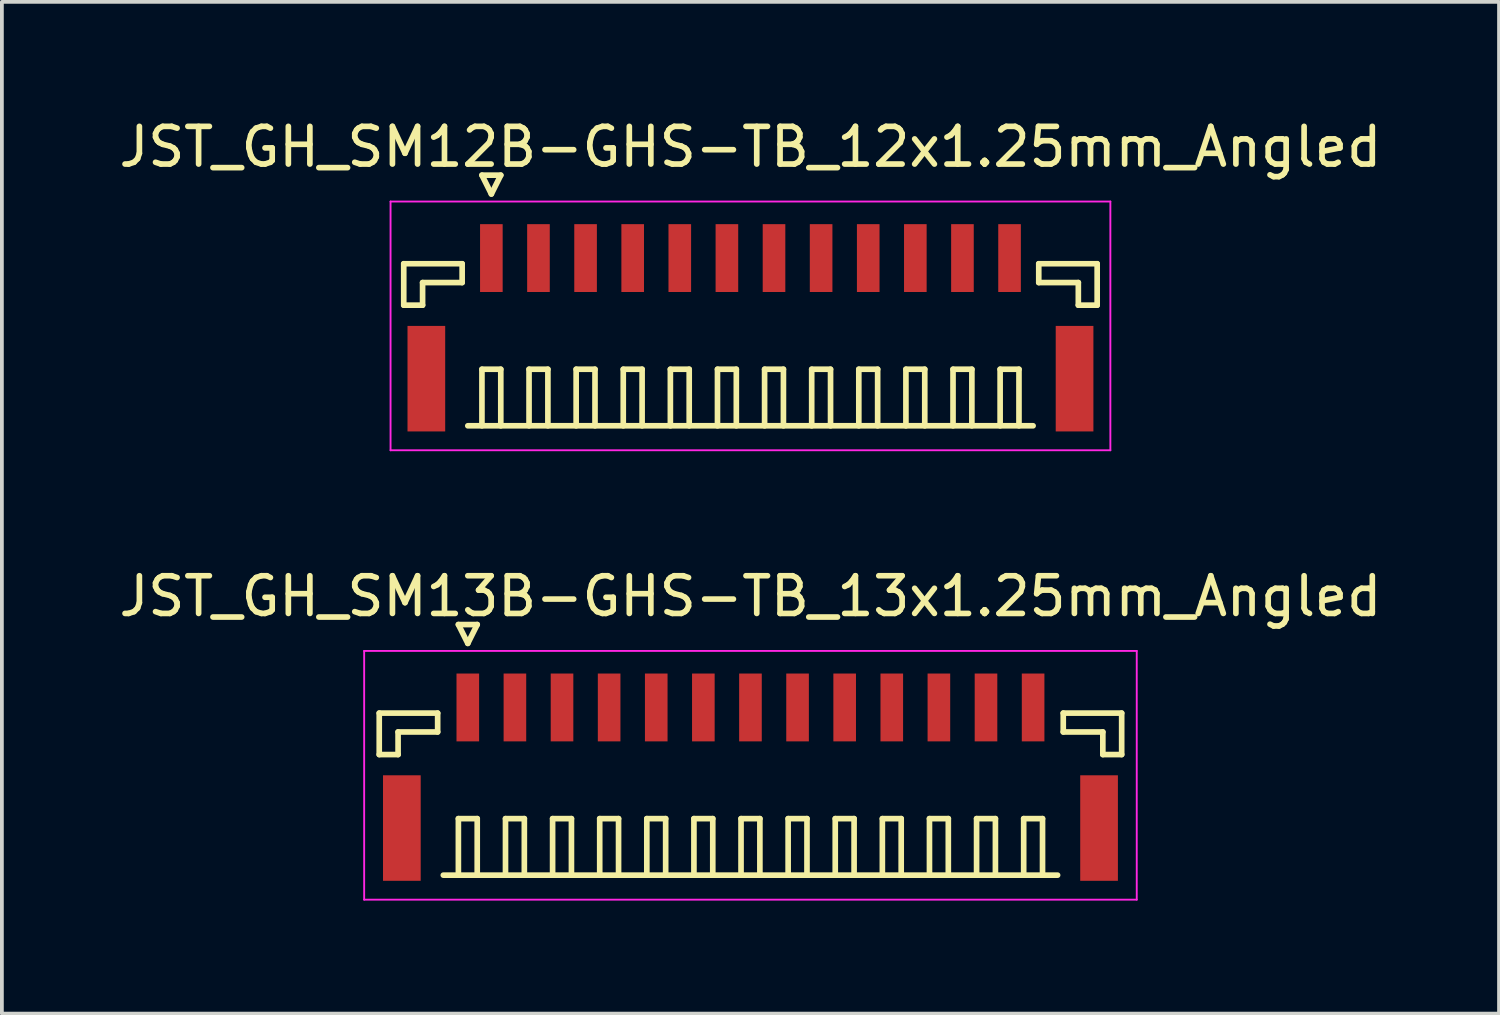
<source format=kicad_pcb>
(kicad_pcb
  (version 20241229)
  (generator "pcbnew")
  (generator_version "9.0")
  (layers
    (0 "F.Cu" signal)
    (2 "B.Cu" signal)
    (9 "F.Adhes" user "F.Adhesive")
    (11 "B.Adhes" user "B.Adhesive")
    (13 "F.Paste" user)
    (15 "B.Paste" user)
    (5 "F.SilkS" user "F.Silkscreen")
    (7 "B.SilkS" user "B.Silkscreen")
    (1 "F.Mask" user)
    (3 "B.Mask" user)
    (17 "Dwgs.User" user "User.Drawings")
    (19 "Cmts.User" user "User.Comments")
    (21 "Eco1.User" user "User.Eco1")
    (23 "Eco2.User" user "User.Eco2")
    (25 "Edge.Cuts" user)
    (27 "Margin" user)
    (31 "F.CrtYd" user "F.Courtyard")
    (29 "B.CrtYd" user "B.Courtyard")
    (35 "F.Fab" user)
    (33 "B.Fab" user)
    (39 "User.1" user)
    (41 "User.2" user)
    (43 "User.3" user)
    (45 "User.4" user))
  (footprint "JST_GH_SM12B-GHS-TB_12x1.25mm_Angled"
    (layer "F.Cu")
    (at 16.863 5.398)
    (property "Reference" "JST_GH_SM12B-GHS-TB_12x1.25mm_Angled" (at 0 -4.55 0) (layer "F.SilkS") (effects (font (size 1 1) (thickness 0.15))))
    (attr smd)
    (fp_line (start -9.2 -1.45) (end -7.65 -1.45) (stroke (width 0.15) (type solid)) (layer "F.SilkS"))
    (fp_line (start -9.2 -0.35) (end -9.2 -1.45) (stroke (width 0.15) (type solid)) (layer "F.SilkS"))
    (fp_line (start -8.7 -0.95) (end -8.7 -0.35) (stroke (width 0.15) (type solid)) (layer "F.SilkS"))
    (fp_line (start -8.7 -0.35) (end -9.2 -0.35) (stroke (width 0.15) (type solid)) (layer "F.SilkS"))
    (fp_line (start -7.65 -1.45) (end -7.65 -0.95) (stroke (width 0.15) (type solid)) (layer "F.SilkS"))
    (fp_line (start -7.65 -0.95) (end -8.7 -0.95) (stroke (width 0.15) (type solid)) (layer "F.SilkS"))
    (fp_line (start -7.5 2.85) (end 7.5 2.85) (stroke (width 0.15) (type solid)) (layer "F.SilkS"))
    (fp_line (start -7.125 -3.8) (end -6.625 -3.8) (stroke (width 0.15) (type solid)) (layer "F.SilkS"))
    (fp_line (start -7.125 1.35) (end -6.625 1.35) (stroke (width 0.15) (type solid)) (layer "F.SilkS"))
    (fp_line (start -7.125 2.85) (end -7.125 1.35) (stroke (width 0.15) (type solid)) (layer "F.SilkS"))
    (fp_line (start -6.875 -3.3) (end -7.125 -3.8) (stroke (width 0.15) (type solid)) (layer "F.SilkS"))
    (fp_line (start -6.625 -3.8) (end -6.875 -3.3) (stroke (width 0.15) (type solid)) (layer "F.SilkS"))
    (fp_line (start -6.625 1.35) (end -6.625 2.85) (stroke (width 0.15) (type solid)) (layer "F.SilkS"))
    (fp_line (start -5.875 1.35) (end -5.375 1.35) (stroke (width 0.15) (type solid)) (layer "F.SilkS"))
    (fp_line (start -5.875 2.85) (end -5.875 1.35) (stroke (width 0.15) (type solid)) (layer "F.SilkS"))
    (fp_line (start -5.375 1.35) (end -5.375 2.85) (stroke (width 0.15) (type solid)) (layer "F.SilkS"))
    (fp_line (start -4.625 1.35) (end -4.125 1.35) (stroke (width 0.15) (type solid)) (layer "F.SilkS"))
    (fp_line (start -4.625 2.85) (end -4.625 1.35) (stroke (width 0.15) (type solid)) (layer "F.SilkS"))
    (fp_line (start -4.125 1.35) (end -4.125 2.85) (stroke (width 0.15) (type solid)) (layer "F.SilkS"))
    (fp_line (start -3.375 1.35) (end -2.875 1.35) (stroke (width 0.15) (type solid)) (layer "F.SilkS"))
    (fp_line (start -3.375 2.85) (end -3.375 1.35) (stroke (width 0.15) (type solid)) (layer "F.SilkS"))
    (fp_line (start -2.875 1.35) (end -2.875 2.85) (stroke (width 0.15) (type solid)) (layer "F.SilkS"))
    (fp_line (start -2.125 1.35) (end -1.625 1.35) (stroke (width 0.15) (type solid)) (layer "F.SilkS"))
    (fp_line (start -2.125 2.85) (end -2.125 1.35) (stroke (width 0.15) (type solid)) (layer "F.SilkS"))
    (fp_line (start -1.625 1.35) (end -1.625 2.85) (stroke (width 0.15) (type solid)) (layer "F.SilkS"))
    (fp_line (start -0.875 1.35) (end -0.375 1.35) (stroke (width 0.15) (type solid)) (layer "F.SilkS"))
    (fp_line (start -0.875 2.85) (end -0.875 1.35) (stroke (width 0.15) (type solid)) (layer "F.SilkS"))
    (fp_line (start -0.375 1.35) (end -0.375 2.85) (stroke (width 0.15) (type solid)) (layer "F.SilkS"))
    (fp_line (start 0.375 1.35) (end 0.875 1.35) (stroke (width 0.15) (type solid)) (layer "F.SilkS"))
    (fp_line (start 0.375 2.85) (end 0.375 1.35) (stroke (width 0.15) (type solid)) (layer "F.SilkS"))
    (fp_line (start 0.875 1.35) (end 0.875 2.85) (stroke (width 0.15) (type solid)) (layer "F.SilkS"))
    (fp_line (start 1.625 1.35) (end 2.125 1.35) (stroke (width 0.15) (type solid)) (layer "F.SilkS"))
    (fp_line (start 1.625 2.85) (end 1.625 1.35) (stroke (width 0.15) (type solid)) (layer "F.SilkS"))
    (fp_line (start 2.125 1.35) (end 2.125 2.85) (stroke (width 0.15) (type solid)) (layer "F.SilkS"))
    (fp_line (start 2.875 1.35) (end 3.375 1.35) (stroke (width 0.15) (type solid)) (layer "F.SilkS"))
    (fp_line (start 2.875 2.85) (end 2.875 1.35) (stroke (width 0.15) (type solid)) (layer "F.SilkS"))
    (fp_line (start 3.375 1.35) (end 3.375 2.85) (stroke (width 0.15) (type solid)) (layer "F.SilkS"))
    (fp_line (start 4.125 1.35) (end 4.625 1.35) (stroke (width 0.15) (type solid)) (layer "F.SilkS"))
    (fp_line (start 4.125 2.85) (end 4.125 1.35) (stroke (width 0.15) (type solid)) (layer "F.SilkS"))
    (fp_line (start 4.625 1.35) (end 4.625 2.85) (stroke (width 0.15) (type solid)) (layer "F.SilkS"))
    (fp_line (start 5.375 1.35) (end 5.875 1.35) (stroke (width 0.15) (type solid)) (layer "F.SilkS"))
    (fp_line (start 5.375 2.85) (end 5.375 1.35) (stroke (width 0.15) (type solid)) (layer "F.SilkS"))
    (fp_line (start 5.875 1.35) (end 5.875 2.85) (stroke (width 0.15) (type solid)) (layer "F.SilkS"))
    (fp_line (start 6.625 1.35) (end 7.125 1.35) (stroke (width 0.15) (type solid)) (layer "F.SilkS"))
    (fp_line (start 6.625 2.85) (end 6.625 1.35) (stroke (width 0.15) (type solid)) (layer "F.SilkS"))
    (fp_line (start 7.125 1.35) (end 7.125 2.85) (stroke (width 0.15) (type solid)) (layer "F.SilkS"))
    (fp_line (start 7.65 -1.45) (end 7.65 -0.95) (stroke (width 0.15) (type solid)) (layer "F.SilkS"))
    (fp_line (start 7.65 -0.95) (end 8.7 -0.95) (stroke (width 0.15) (type solid)) (layer "F.SilkS"))
    (fp_line (start 8.7 -0.95) (end 8.7 -0.35) (stroke (width 0.15) (type solid)) (layer "F.SilkS"))
    (fp_line (start 8.7 -0.35) (end 9.2 -0.35) (stroke (width 0.15) (type solid)) (layer "F.SilkS"))
    (fp_line (start 9.2 -1.45) (end 7.65 -1.45) (stroke (width 0.15) (type solid)) (layer "F.SilkS"))
    (fp_line (start 9.2 -0.35) (end 9.2 -1.45) (stroke (width 0.15) (type solid)) (layer "F.SilkS"))
    (fp_line (start -9.55 -3.1) (end -9.55 3.5) (stroke (width 0.05) (type solid)) (layer "F.CrtYd"))
    (fp_line (start -9.55 3.5) (end 9.55 3.5) (stroke (width 0.05) (type solid)) (layer "F.CrtYd"))
    (fp_line (start 9.55 -3.1) (end -9.55 -3.1) (stroke (width 0.05) (type solid)) (layer "F.CrtYd"))
    (fp_line (start 9.55 3.5) (end 9.55 -3.1) (stroke (width 0.05) (type solid)) (layer "F.CrtYd"))
    (pad "" smd rect (at -8.6 1.6) (size 1 2.8) (layers "F.Cu" "F.Mask" "F.Paste"))
    (pad "" smd rect (at 8.6 1.6) (size 1 2.8) (layers "F.Cu" "F.Mask" "F.Paste"))
    (pad "1" smd rect (at -6.875 -1.6) (size 0.6 1.8) (layers "F.Cu" "F.Mask" "F.Paste"))
    (pad "2" smd rect (at -5.625 -1.6) (size 0.6 1.8) (layers "F.Cu" "F.Mask" "F.Paste"))
    (pad "3" smd rect (at -4.375 -1.6) (size 0.6 1.8) (layers "F.Cu" "F.Mask" "F.Paste"))
    (pad "4" smd rect (at -3.125 -1.6) (size 0.6 1.8) (layers "F.Cu" "F.Mask" "F.Paste"))
    (pad "5" smd rect (at -1.875 -1.6) (size 0.6 1.8) (layers "F.Cu" "F.Mask" "F.Paste"))
    (pad "6" smd rect (at -0.625 -1.6) (size 0.6 1.8) (layers "F.Cu" "F.Mask" "F.Paste"))
    (pad "7" smd rect (at 0.625 -1.6) (size 0.6 1.8) (layers "F.Cu" "F.Mask" "F.Paste"))
    (pad "8" smd rect (at 1.875 -1.6) (size 0.6 1.8) (layers "F.Cu" "F.Mask" "F.Paste"))
    (pad "9" smd rect (at 3.125 -1.6) (size 0.6 1.8) (layers "F.Cu" "F.Mask" "F.Paste"))
    (pad "10" smd rect (at 4.375 -1.6) (size 0.6 1.8) (layers "F.Cu" "F.Mask" "F.Paste"))
    (pad "11" smd rect (at 5.625 -1.6) (size 0.6 1.8) (layers "F.Cu" "F.Mask" "F.Paste"))
    (pad "12" smd rect (at 6.875 -1.6) (size 0.6 1.8) (layers "F.Cu" "F.Mask" "F.Paste")))
  (footprint "JST_GH_SM13B-GHS-TB_13x1.25mm_Angled"
    (layer "F.Cu")
    (at 16.863 17.322)
    (property "Reference" "JST_GH_SM13B-GHS-TB_13x1.25mm_Angled" (at 0 -4.55 0) (layer "F.SilkS") (effects (font (size 1 1) (thickness 0.15))))
    (attr smd)
    (fp_line (start -9.85 -1.45) (end -8.3 -1.45) (stroke (width 0.15) (type solid)) (layer "F.SilkS"))
    (fp_line (start -9.85 -0.35) (end -9.85 -1.45) (stroke (width 0.15) (type solid)) (layer "F.SilkS"))
    (fp_line (start -9.35 -0.95) (end -9.35 -0.35) (stroke (width 0.15) (type solid)) (layer "F.SilkS"))
    (fp_line (start -9.35 -0.35) (end -9.85 -0.35) (stroke (width 0.15) (type solid)) (layer "F.SilkS"))
    (fp_line (start -8.3 -1.45) (end -8.3 -0.95) (stroke (width 0.15) (type solid)) (layer "F.SilkS"))
    (fp_line (start -8.3 -0.95) (end -9.35 -0.95) (stroke (width 0.15) (type solid)) (layer "F.SilkS"))
    (fp_line (start -8.15 2.85) (end 8.15 2.85) (stroke (width 0.15) (type solid)) (layer "F.SilkS"))
    (fp_line (start -7.75 -3.8) (end -7.25 -3.8) (stroke (width 0.15) (type solid)) (layer "F.SilkS"))
    (fp_line (start -7.75 1.35) (end -7.25 1.35) (stroke (width 0.15) (type solid)) (layer "F.SilkS"))
    (fp_line (start -7.75 2.85) (end -7.75 1.35) (stroke (width 0.15) (type solid)) (layer "F.SilkS"))
    (fp_line (start -7.5 -3.3) (end -7.75 -3.8) (stroke (width 0.15) (type solid)) (layer "F.SilkS"))
    (fp_line (start -7.25 -3.8) (end -7.5 -3.3) (stroke (width 0.15) (type solid)) (layer "F.SilkS"))
    (fp_line (start -7.25 1.35) (end -7.25 2.85) (stroke (width 0.15) (type solid)) (layer "F.SilkS"))
    (fp_line (start -6.5 1.35) (end -6 1.35) (stroke (width 0.15) (type solid)) (layer "F.SilkS"))
    (fp_line (start -6.5 2.85) (end -6.5 1.35) (stroke (width 0.15) (type solid)) (layer "F.SilkS"))
    (fp_line (start -6 1.35) (end -6 2.85) (stroke (width 0.15) (type solid)) (layer "F.SilkS"))
    (fp_line (start -5.25 1.35) (end -4.75 1.35) (stroke (width 0.15) (type solid)) (layer "F.SilkS"))
    (fp_line (start -5.25 2.85) (end -5.25 1.35) (stroke (width 0.15) (type solid)) (layer "F.SilkS"))
    (fp_line (start -4.75 1.35) (end -4.75 2.85) (stroke (width 0.15) (type solid)) (layer "F.SilkS"))
    (fp_line (start -4 1.35) (end -3.5 1.35) (stroke (width 0.15) (type solid)) (layer "F.SilkS"))
    (fp_line (start -4 2.85) (end -4 1.35) (stroke (width 0.15) (type solid)) (layer "F.SilkS"))
    (fp_line (start -3.5 1.35) (end -3.5 2.85) (stroke (width 0.15) (type solid)) (layer "F.SilkS"))
    (fp_line (start -2.75 1.35) (end -2.25 1.35) (stroke (width 0.15) (type solid)) (layer "F.SilkS"))
    (fp_line (start -2.75 2.85) (end -2.75 1.35) (stroke (width 0.15) (type solid)) (layer "F.SilkS"))
    (fp_line (start -2.25 1.35) (end -2.25 2.85) (stroke (width 0.15) (type solid)) (layer "F.SilkS"))
    (fp_line (start -1.5 1.35) (end -1 1.35) (stroke (width 0.15) (type solid)) (layer "F.SilkS"))
    (fp_line (start -1.5 2.85) (end -1.5 1.35) (stroke (width 0.15) (type solid)) (layer "F.SilkS"))
    (fp_line (start -1 1.35) (end -1 2.85) (stroke (width 0.15) (type solid)) (layer "F.SilkS"))
    (fp_line (start -0.25 1.35) (end 0.25 1.35) (stroke (width 0.15) (type solid)) (layer "F.SilkS"))
    (fp_line (start -0.25 2.85) (end -0.25 1.35) (stroke (width 0.15) (type solid)) (layer "F.SilkS"))
    (fp_line (start 0.25 1.35) (end 0.25 2.85) (stroke (width 0.15) (type solid)) (layer "F.SilkS"))
    (fp_line (start 1 1.35) (end 1.5 1.35) (stroke (width 0.15) (type solid)) (layer "F.SilkS"))
    (fp_line (start 1 2.85) (end 1 1.35) (stroke (width 0.15) (type solid)) (layer "F.SilkS"))
    (fp_line (start 1.5 1.35) (end 1.5 2.85) (stroke (width 0.15) (type solid)) (layer "F.SilkS"))
    (fp_line (start 2.25 1.35) (end 2.75 1.35) (stroke (width 0.15) (type solid)) (layer "F.SilkS"))
    (fp_line (start 2.25 2.85) (end 2.25 1.35) (stroke (width 0.15) (type solid)) (layer "F.SilkS"))
    (fp_line (start 2.75 1.35) (end 2.75 2.85) (stroke (width 0.15) (type solid)) (layer "F.SilkS"))
    (fp_line (start 3.5 1.35) (end 4 1.35) (stroke (width 0.15) (type solid)) (layer "F.SilkS"))
    (fp_line (start 3.5 2.85) (end 3.5 1.35) (stroke (width 0.15) (type solid)) (layer "F.SilkS"))
    (fp_line (start 4 1.35) (end 4 2.85) (stroke (width 0.15) (type solid)) (layer "F.SilkS"))
    (fp_line (start 4.75 1.35) (end 5.25 1.35) (stroke (width 0.15) (type solid)) (layer "F.SilkS"))
    (fp_line (start 4.75 2.85) (end 4.75 1.35) (stroke (width 0.15) (type solid)) (layer "F.SilkS"))
    (fp_line (start 5.25 1.35) (end 5.25 2.85) (stroke (width 0.15) (type solid)) (layer "F.SilkS"))
    (fp_line (start 6 1.35) (end 6.5 1.35) (stroke (width 0.15) (type solid)) (layer "F.SilkS"))
    (fp_line (start 6 2.85) (end 6 1.35) (stroke (width 0.15) (type solid)) (layer "F.SilkS"))
    (fp_line (start 6.5 1.35) (end 6.5 2.85) (stroke (width 0.15) (type solid)) (layer "F.SilkS"))
    (fp_line (start 7.25 1.35) (end 7.75 1.35) (stroke (width 0.15) (type solid)) (layer "F.SilkS"))
    (fp_line (start 7.25 2.85) (end 7.25 1.35) (stroke (width 0.15) (type solid)) (layer "F.SilkS"))
    (fp_line (start 7.75 1.35) (end 7.75 2.85) (stroke (width 0.15) (type solid)) (layer "F.SilkS"))
    (fp_line (start 8.3 -1.45) (end 8.3 -0.95) (stroke (width 0.15) (type solid)) (layer "F.SilkS"))
    (fp_line (start 8.3 -0.95) (end 9.35 -0.95) (stroke (width 0.15) (type solid)) (layer "F.SilkS"))
    (fp_line (start 9.35 -0.95) (end 9.35 -0.35) (stroke (width 0.15) (type solid)) (layer "F.SilkS"))
    (fp_line (start 9.35 -0.35) (end 9.85 -0.35) (stroke (width 0.15) (type solid)) (layer "F.SilkS"))
    (fp_line (start 9.85 -1.45) (end 8.3 -1.45) (stroke (width 0.15) (type solid)) (layer "F.SilkS"))
    (fp_line (start 9.85 -0.35) (end 9.85 -1.45) (stroke (width 0.15) (type solid)) (layer "F.SilkS"))
    (fp_line (start -10.25 -3.1) (end -10.25 3.5) (stroke (width 0.05) (type solid)) (layer "F.CrtYd"))
    (fp_line (start -10.25 3.5) (end 10.25 3.5) (stroke (width 0.05) (type solid)) (layer "F.CrtYd"))
    (fp_line (start 10.25 -3.1) (end -10.25 -3.1) (stroke (width 0.05) (type solid)) (layer "F.CrtYd"))
    (fp_line (start 10.25 3.5) (end 10.25 -3.1) (stroke (width 0.05) (type solid)) (layer "F.CrtYd"))
    (pad "" smd rect (at -9.25 1.6) (size 1 2.8) (layers "F.Cu" "F.Mask" "F.Paste"))
    (pad "" smd rect (at 9.25 1.6) (size 1 2.8) (layers "F.Cu" "F.Mask" "F.Paste"))
    (pad "1" smd rect (at -7.5 -1.6) (size 0.6 1.8) (layers "F.Cu" "F.Mask" "F.Paste"))
    (pad "2" smd rect (at -6.25 -1.6) (size 0.6 1.8) (layers "F.Cu" "F.Mask" "F.Paste"))
    (pad "3" smd rect (at -5 -1.6) (size 0.6 1.8) (layers "F.Cu" "F.Mask" "F.Paste"))
    (pad "4" smd rect (at -3.75 -1.6) (size 0.6 1.8) (layers "F.Cu" "F.Mask" "F.Paste"))
    (pad "5" smd rect (at -2.5 -1.6) (size 0.6 1.8) (layers "F.Cu" "F.Mask" "F.Paste"))
    (pad "6" smd rect (at -1.25 -1.6) (size 0.6 1.8) (layers "F.Cu" "F.Mask" "F.Paste"))
    (pad "7" smd rect (at 0 -1.6) (size 0.6 1.8) (layers "F.Cu" "F.Mask" "F.Paste"))
    (pad "8" smd rect (at 1.25 -1.6) (size 0.6 1.8) (layers "F.Cu" "F.Mask" "F.Paste"))
    (pad "9" smd rect (at 2.5 -1.6) (size 0.6 1.8) (layers "F.Cu" "F.Mask" "F.Paste"))
    (pad "10" smd rect (at 3.75 -1.6) (size 0.6 1.8) (layers "F.Cu" "F.Mask" "F.Paste"))
    (pad "11" smd rect (at 5 -1.6) (size 0.6 1.8) (layers "F.Cu" "F.Mask" "F.Paste"))
    (pad "12" smd rect (at 6.25 -1.6) (size 0.6 1.8) (layers "F.Cu" "F.Mask" "F.Paste"))
    (pad "13" smd rect (at 7.5 -1.6) (size 0.6 1.8) (layers "F.Cu" "F.Mask" "F.Paste")))
  (gr_rect
    (start -3 -3)
    (end 36.726 23.846)
    (stroke (width 0.1) (type default))
    (fill no)
    (layer "Edge.Cuts")))
</source>
